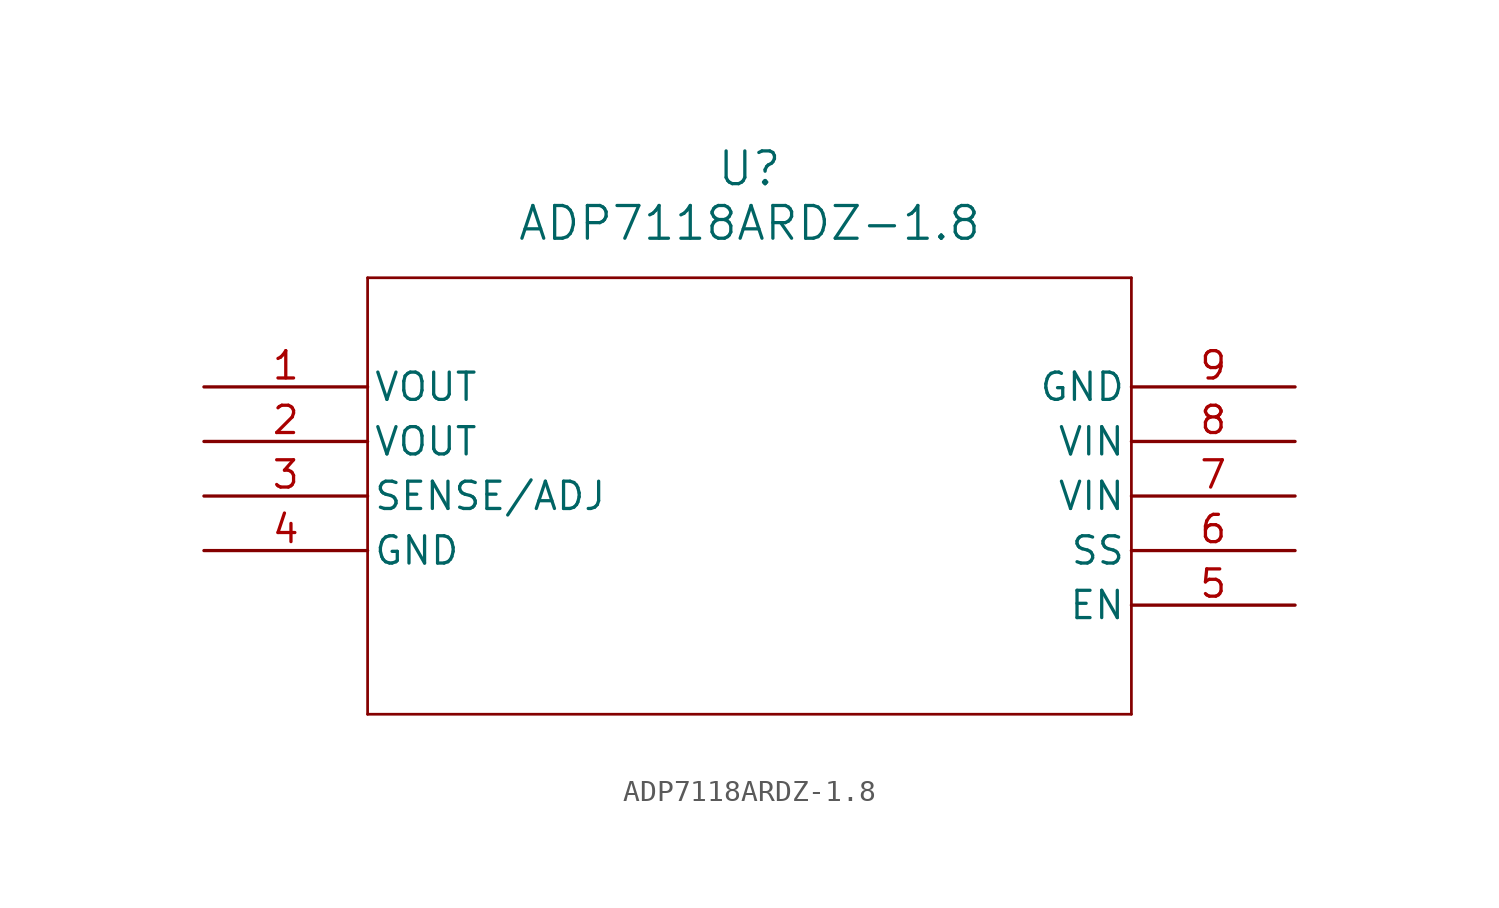
<source format=kicad_sym>
(kicad_symbol_lib
  (version 20211014)
  (generator kicad_symbol_editor)
  (symbol "ADP7118ARDZ-1.8"
    (pin_names
      (offset 0.254))
    (property "Reference" "U"
      (at 25.4 10.16 0)
      (effects (font (size 1.524 1.524))))
    (property "Value" "ADP7118ARDZ-1.8"
      (at 25.4 7.62 0)
      (effects (font (size 1.524 1.524))))
    (symbol "ADP7118ARDZ-1.8_0_1"
      (polyline (pts (xy 7.62 5.08) (xy 7.62 -15.24)) (stroke (width 0.127) (type default) (color 0 0 0 0)) (fill (type none)))
      (polyline (pts (xy 7.62 -15.24) (xy 43.18 -15.24)) (stroke (width 0.127) (type default) (color 0 0 0 0)) (fill (type none)))
      (polyline (pts (xy 43.18 -15.24) (xy 43.18 5.08)) (stroke (width 0.127) (type default) (color 0 0 0 0)) (fill (type none)))
      (polyline (pts (xy 43.18 5.08) (xy 7.62 5.08)) (stroke (width 0.127) (type default) (color 0 0 0 0)) (fill (type none)))
      (pin output line (at 0 0 0) (length 7.62) (name "VOUT" (effects (font (size 1.27 1.27)))) (number "1" (effects (font (size 1.27 1.27)))))
      (pin output line (at 0 -2.54 0) (length 7.62) (name "VOUT" (effects (font (size 1.27 1.27)))) (number "2" (effects (font (size 1.27 1.27)))))
      (pin input line (at 0 -5.08 0) (length 7.62) (name "SENSE/ADJ" (effects (font (size 1.27 1.27)))) (number "3" (effects (font (size 1.27 1.27)))))
      (pin power_out line (at 0 -7.62 0) (length 7.62) (name "GND" (effects (font (size 1.27 1.27)))) (number "4" (effects (font (size 1.27 1.27)))))
      (pin input line (at 50.8 -10.16 180) (length 7.62) (name "EN" (effects (font (size 1.27 1.27)))) (number "5" (effects (font (size 1.27 1.27)))))
      (pin unspecified line (at 50.8 -7.62 180) (length 7.62) (name "SS" (effects (font (size 1.27 1.27)))) (number "6" (effects (font (size 1.27 1.27)))))
      (pin power_in line (at 50.8 -5.08 180) (length 7.62) (name "VIN" (effects (font (size 1.27 1.27)))) (number "7" (effects (font (size 1.27 1.27)))))
      (pin power_in line (at 50.8 -2.54 180) (length 7.62) (name "VIN" (effects (font (size 1.27 1.27)))) (number "8" (effects (font (size 1.27 1.27)))))
      (pin power_out line (at 50.8 0 180) (length 7.62) (name "GND" (effects (font (size 1.27 1.27)))) (number "9" (effects (font (size 1.27 1.27))))))))
</source>
